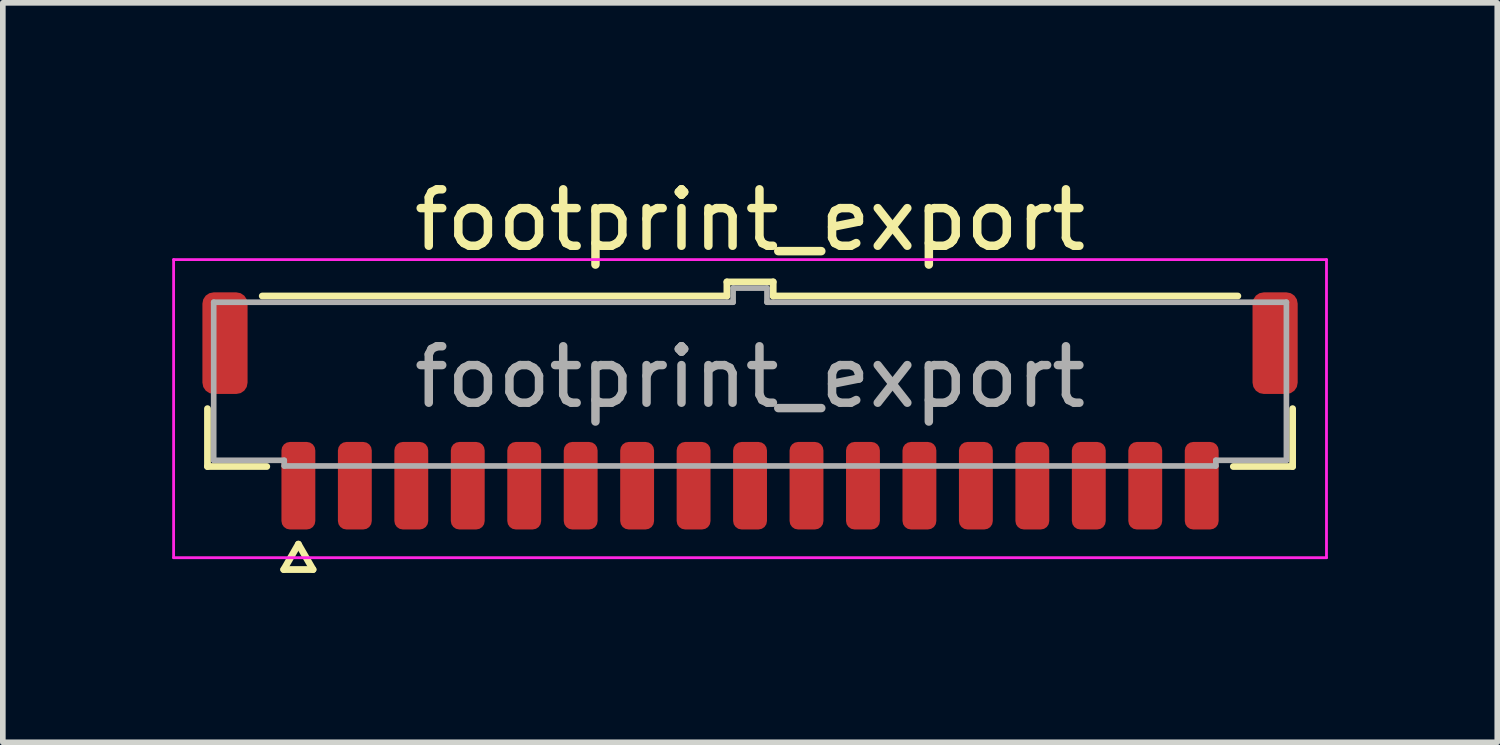
<source format=kicad_pcb>
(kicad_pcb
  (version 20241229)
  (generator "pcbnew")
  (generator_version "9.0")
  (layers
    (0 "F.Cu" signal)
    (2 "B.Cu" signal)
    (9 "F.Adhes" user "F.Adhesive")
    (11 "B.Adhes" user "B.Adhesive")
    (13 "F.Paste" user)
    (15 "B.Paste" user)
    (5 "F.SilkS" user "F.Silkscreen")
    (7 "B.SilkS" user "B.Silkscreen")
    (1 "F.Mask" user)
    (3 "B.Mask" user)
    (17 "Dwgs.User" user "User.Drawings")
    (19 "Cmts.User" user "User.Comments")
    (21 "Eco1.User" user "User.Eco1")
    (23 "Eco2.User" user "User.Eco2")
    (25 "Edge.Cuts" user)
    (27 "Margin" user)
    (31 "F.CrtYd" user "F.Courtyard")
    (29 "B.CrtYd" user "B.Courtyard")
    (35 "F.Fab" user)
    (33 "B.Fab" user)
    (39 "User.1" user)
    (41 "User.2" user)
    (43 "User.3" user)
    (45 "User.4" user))
  (footprint "footprint_export"
    (layer "F.Cu")
    (at 10.235 3.628)
    (property "Reference" "footprint_export" (at 0 -2.78 0) (layer "F.SilkS") (effects (font (size 1 1) (thickness 0.15))))
    (attr smd)
    (fp_line (start -9.61 1.585) (end -9.61 0.56) (stroke (width 0.12) (type solid)) (layer "F.SilkS"))
    (fp_line (start -8.64 -1.435) (end -0.41 -1.435) (stroke (width 0.12) (type solid)) (layer "F.SilkS"))
    (fp_line (start -8.56 1.585) (end -9.61 1.585) (stroke (width 0.12) (type solid)) (layer "F.SilkS"))
    (fp_line (start -8.26 3.41) (end -8 2.96) (stroke (width 0.12) (type solid)) (layer "F.SilkS"))
    (fp_line (start -8 2.96) (end -7.74 3.41) (stroke (width 0.12) (type solid)) (layer "F.SilkS"))
    (fp_line (start -7.74 3.41) (end -8.26 3.41) (stroke (width 0.12) (type solid)) (layer "F.SilkS"))
    (fp_line (start -0.41 -1.685) (end 0.41 -1.685) (stroke (width 0.12) (type solid)) (layer "F.SilkS"))
    (fp_line (start -0.41 -1.435) (end -0.41 -1.685) (stroke (width 0.12) (type solid)) (layer "F.SilkS"))
    (fp_line (start 0.41 -1.685) (end 0.41 -1.435) (stroke (width 0.12) (type solid)) (layer "F.SilkS"))
    (fp_line (start 0.41 -1.435) (end 8.64 -1.435) (stroke (width 0.12) (type solid)) (layer "F.SilkS"))
    (fp_line (start 9.61 0.56) (end 9.61 1.585) (stroke (width 0.12) (type solid)) (layer "F.SilkS"))
    (fp_line (start 9.61 1.585) (end 8.56 1.585) (stroke (width 0.12) (type solid)) (layer "F.SilkS"))
    (fp_line (start -10.21 -2.08) (end -10.21 3.2) (stroke (width 0.05) (type solid)) (layer "F.CrtYd"))
    (fp_line (start -10.21 3.2) (end 10.21 3.2) (stroke (width 0.05) (type solid)) (layer "F.CrtYd"))
    (fp_line (start 10.21 -2.08) (end -10.21 -2.08) (stroke (width 0.05) (type solid)) (layer "F.CrtYd"))
    (fp_line (start 10.21 3.2) (end 10.21 -2.08) (stroke (width 0.05) (type solid)) (layer "F.CrtYd"))
    (fp_line (start -9.5 -1.325) (end -0.3 -1.325) (stroke (width 0.1) (type solid)) (layer "F.Fab"))
    (fp_line (start -9.5 1.475) (end -9.5 -1.325) (stroke (width 0.1) (type solid)) (layer "F.Fab"))
    (fp_line (start -8.25 1.475) (end -9.5 1.475) (stroke (width 0.1) (type solid)) (layer "F.Fab"))
    (fp_line (start -8.25 1.575) (end -8.25 1.475) (stroke (width 0.1) (type solid)) (layer "F.Fab"))
    (fp_line (start -0.3 -1.575) (end 0.3 -1.575) (stroke (width 0.1) (type solid)) (layer "F.Fab"))
    (fp_line (start -0.3 -1.325) (end -0.3 -1.575) (stroke (width 0.1) (type solid)) (layer "F.Fab"))
    (fp_line (start 0.3 -1.575) (end 0.3 -1.325) (stroke (width 0.1) (type solid)) (layer "F.Fab"))
    (fp_line (start 0.3 -1.325) (end 9.5 -1.325) (stroke (width 0.1) (type solid)) (layer "F.Fab"))
    (fp_line (start 8.25 1.475) (end 8.25 1.575) (stroke (width 0.1) (type solid)) (layer "F.Fab"))
    (fp_line (start 8.25 1.575) (end -8.25 1.575) (stroke (width 0.1) (type solid)) (layer "F.Fab"))
    (fp_line (start 9.5 -1.325) (end 9.5 1.475) (stroke (width 0.1) (type solid)) (layer "F.Fab"))
    (fp_line (start 9.5 1.475) (end 8.25 1.475) (stroke (width 0.1) (type solid)) (layer "F.Fab"))
    (fp_text user "${REFERENCE}" (at 0 0 0) (layer "F.Fab") (effects (font (size 1 1) (thickness 0.15))))
    (pad "1" smd roundrect (at -8 1.925) (size 0.6 1.55) (layers "F.Cu" "F.Mask" "F.Paste") (roundrect_rratio 0.25))
    (pad "2" smd roundrect (at -7 1.925) (size 0.6 1.55) (layers "F.Cu" "F.Mask" "F.Paste") (roundrect_rratio 0.25))
    (pad "3" smd roundrect (at -6 1.925) (size 0.6 1.55) (layers "F.Cu" "F.Mask" "F.Paste") (roundrect_rratio 0.25))
    (pad "4" smd roundrect (at -5 1.925) (size 0.6 1.55) (layers "F.Cu" "F.Mask" "F.Paste") (roundrect_rratio 0.25))
    (pad "5" smd roundrect (at -4 1.925) (size 0.6 1.55) (layers "F.Cu" "F.Mask" "F.Paste") (roundrect_rratio 0.25))
    (pad "6" smd roundrect (at -3 1.925) (size 0.6 1.55) (layers "F.Cu" "F.Mask" "F.Paste") (roundrect_rratio 0.25))
    (pad "7" smd roundrect (at -2 1.925) (size 0.6 1.55) (layers "F.Cu" "F.Mask" "F.Paste") (roundrect_rratio 0.25))
    (pad "8" smd roundrect (at -1 1.925) (size 0.6 1.55) (layers "F.Cu" "F.Mask" "F.Paste") (roundrect_rratio 0.25))
    (pad "9" smd roundrect (at 0 1.925) (size 0.6 1.55) (layers "F.Cu" "F.Mask" "F.Paste") (roundrect_rratio 0.25))
    (pad "10" smd roundrect (at 1 1.925) (size 0.6 1.55) (layers "F.Cu" "F.Mask" "F.Paste") (roundrect_rratio 0.25))
    (pad "11" smd roundrect (at 2 1.925) (size 0.6 1.55) (layers "F.Cu" "F.Mask" "F.Paste") (roundrect_rratio 0.25))
    (pad "12" smd roundrect (at 3 1.925) (size 0.6 1.55) (layers "F.Cu" "F.Mask" "F.Paste") (roundrect_rratio 0.25))
    (pad "13" smd roundrect (at 4 1.925) (size 0.6 1.55) (layers "F.Cu" "F.Mask" "F.Paste") (roundrect_rratio 0.25))
    (pad "14" smd roundrect (at 5 1.925) (size 0.6 1.55) (layers "F.Cu" "F.Mask" "F.Paste") (roundrect_rratio 0.25))
    (pad "15" smd roundrect (at 6 1.925) (size 0.6 1.55) (layers "F.Cu" "F.Mask" "F.Paste") (roundrect_rratio 0.25))
    (pad "16" smd roundrect (at 7 1.925) (size 0.6 1.55) (layers "F.Cu" "F.Mask" "F.Paste") (roundrect_rratio 0.25))
    (pad "17" smd roundrect (at 8 1.925) (size 0.6 1.55) (layers "F.Cu" "F.Mask" "F.Paste") (roundrect_rratio 0.25))
    (pad "MP" smd roundrect (at -9.3 -0.6) (size 0.8 1.8) (layers "F.Cu" "F.Mask" "F.Paste") (roundrect_rratio 0.25))
    (pad "MP" smd roundrect (at 9.3 -0.6) (size 0.8 1.8) (layers "F.Cu" "F.Mask" "F.Paste") (roundrect_rratio 0.25)))
  (gr_rect
    (start -3 -3)
    (end 23.47 10.098)
    (stroke (width 0.1) (type default))
    (fill no)
    (layer "Edge.Cuts")))
</source>
